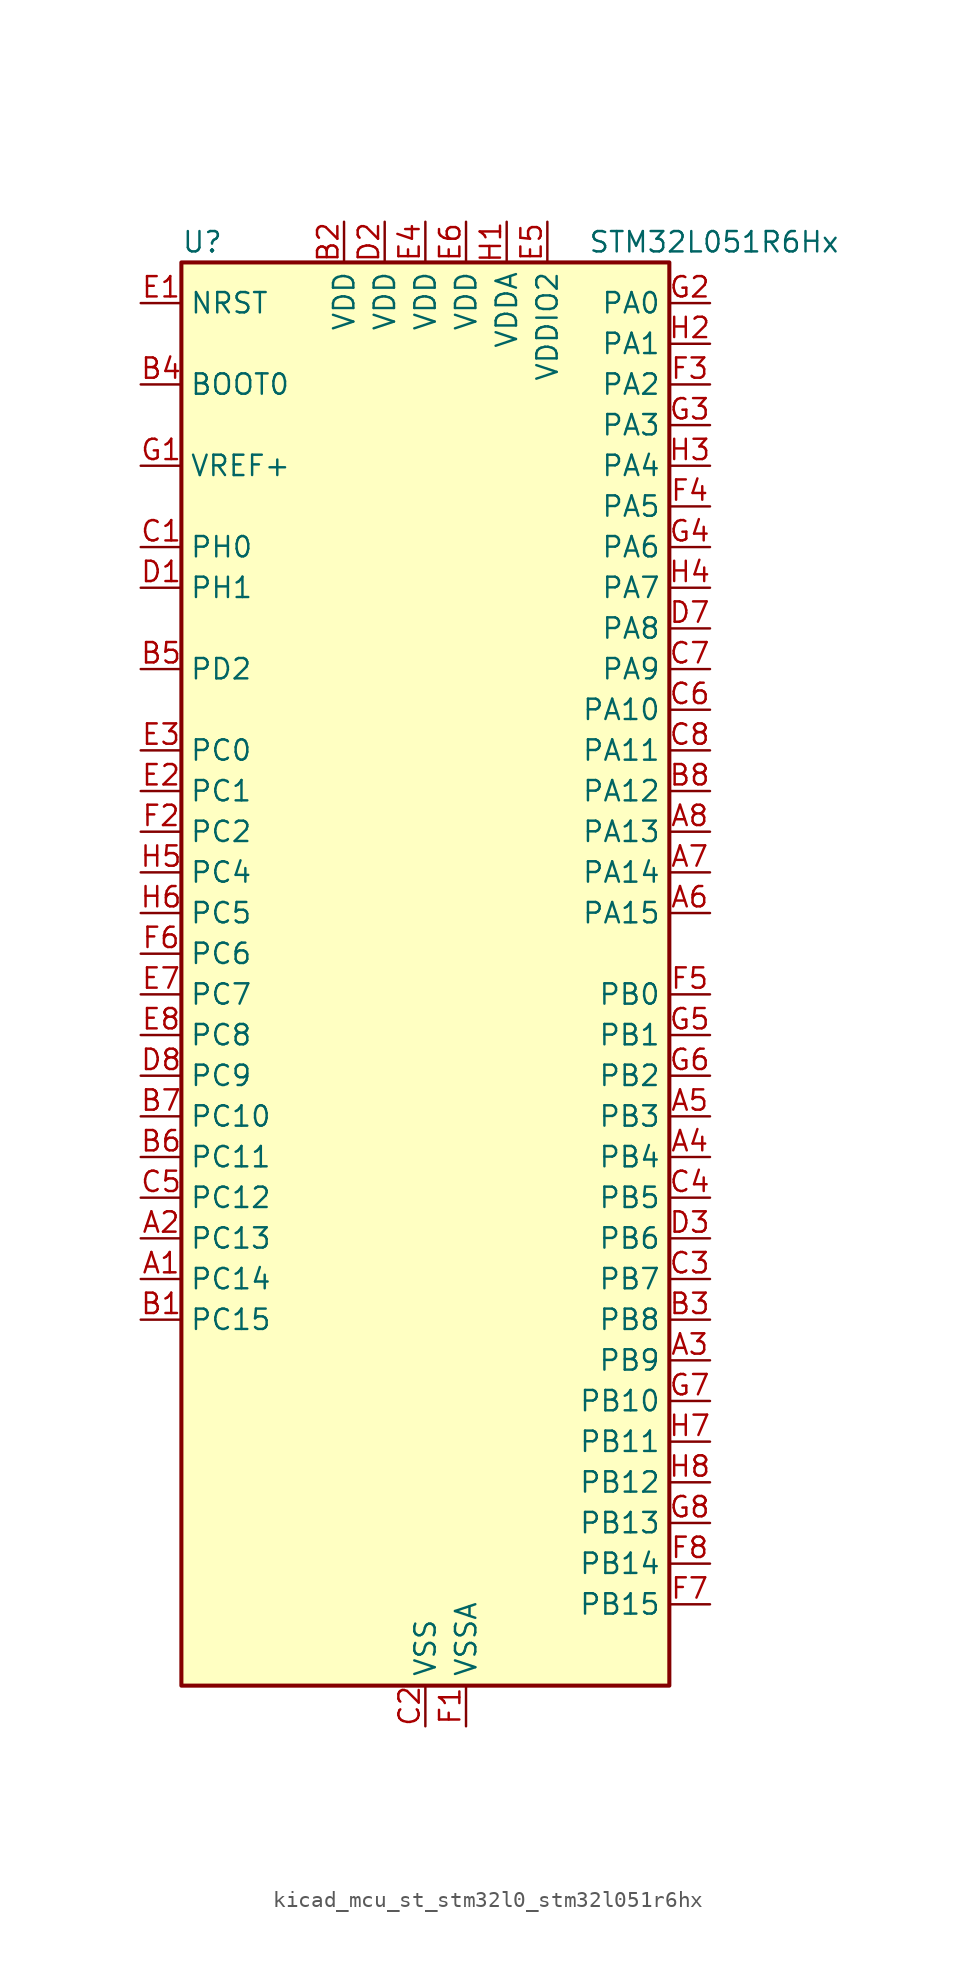
<source format=kicad_sym>
(kicad_symbol_lib
  (version 20220914)
  (generator kicad_symbol_editor)
  (symbol "kicad_mcu_st_stm32l0_stm32l051r6hx"
    (property "Reference" "U"
      (at -15.24 46.99 0)
      (effects (font (size 1.27 1.27)) (justify left)))
    (property "Value" "STM32L051R6Hx"
      (at 10.16 46.99 0)
      (effects (font (size 1.27 1.27)) (justify left)))
    (property "ki_locked" ""
      (at 0 0 0)
      (effects (font (size 1.27 1.27))))
    (symbol "kicad_mcu_st_stm32l0_stm32l051r6hx_0_1"
      (rectangle (start -15.24 -43.18) (end 15.24 45.72) (stroke (width 0.254) (type default)) (fill (type background))))
    (symbol "kicad_mcu_st_stm32l0_stm32l051r6hx_1_1"
      (pin bidirectional line (at -17.78 -17.78 0) (length 2.54) (name "PC14" (effects (font (size 1.27 1.27)))) (number "A1" (effects (font (size 1.27 1.27)))) (alternate "RCC_OSC32_IN" bidirectional line))
      (pin bidirectional line (at -17.78 -15.24 0) (length 2.54) (name "PC13" (effects (font (size 1.27 1.27)))) (number "A2" (effects (font (size 1.27 1.27)))) (alternate "RTC_OUT_ALARM" bidirectional line) (alternate "RTC_OUT_CALIB" bidirectional line) (alternate "RTC_TAMP1" bidirectional line) (alternate "RTC_TS" bidirectional line) (alternate "SYS_WKUP2" bidirectional line))
      (pin bidirectional line (at 17.78 -22.86 180) (length 2.54) (name "PB9" (effects (font (size 1.27 1.27)))) (number "A3" (effects (font (size 1.27 1.27)))) (alternate "I2C1_SDA" bidirectional line) (alternate "I2S2_WS" bidirectional line) (alternate "SPI2_NSS" bidirectional line))
      (pin bidirectional line (at 17.78 -10.16 180) (length 2.54) (name "PB4" (effects (font (size 1.27 1.27)))) (number "A4" (effects (font (size 1.27 1.27)))) (alternate "COMP2_INP" bidirectional line) (alternate "SPI1_MISO" bidirectional line) (alternate "TIM22_CH1" bidirectional line))
      (pin bidirectional line (at 17.78 -7.62 180) (length 2.54) (name "PB3" (effects (font (size 1.27 1.27)))) (number "A5" (effects (font (size 1.27 1.27)))) (alternate "COMP2_INM" bidirectional line) (alternate "SPI1_SCK" bidirectional line) (alternate "TIM2_CH2" bidirectional line))
      (pin bidirectional line (at 17.78 5.08 180) (length 2.54) (name "PA15" (effects (font (size 1.27 1.27)))) (number "A6" (effects (font (size 1.27 1.27)))) (alternate "SPI1_NSS" bidirectional line) (alternate "TIM2_CH1" bidirectional line) (alternate "TIM2_ETR" bidirectional line) (alternate "USART2_RX" bidirectional line))
      (pin bidirectional line (at 17.78 7.62 180) (length 2.54) (name "PA14" (effects (font (size 1.27 1.27)))) (number "A7" (effects (font (size 1.27 1.27)))) (alternate "SYS_SWCLK" bidirectional line) (alternate "USART2_TX" bidirectional line))
      (pin bidirectional line (at 17.78 10.16 180) (length 2.54) (name "PA13" (effects (font (size 1.27 1.27)))) (number "A8" (effects (font (size 1.27 1.27)))) (alternate "SYS_SWDIO" bidirectional line))
      (pin bidirectional line (at -17.78 -20.32 0) (length 2.54) (name "PC15" (effects (font (size 1.27 1.27)))) (number "B1" (effects (font (size 1.27 1.27)))) (alternate "RCC_OSC32_OUT" bidirectional line))
      (pin power_in line (at -5.08 48.26 270) (length 2.54) (name "VDD" (effects (font (size 1.27 1.27)))) (number "B2" (effects (font (size 1.27 1.27)))))
      (pin bidirectional line (at 17.78 -20.32 180) (length 2.54) (name "PB8" (effects (font (size 1.27 1.27)))) (number "B3" (effects (font (size 1.27 1.27)))) (alternate "I2C1_SCL" bidirectional line))
      (pin input line (at -17.78 38.1 0) (length 2.54) (name "BOOT0" (effects (font (size 1.27 1.27)))) (number "B4" (effects (font (size 1.27 1.27)))))
      (pin bidirectional line (at -17.78 20.32 0) (length 2.54) (name "PD2" (effects (font (size 1.27 1.27)))) (number "B5" (effects (font (size 1.27 1.27)))) (alternate "LPUART1_DE" bidirectional line) (alternate "LPUART1_RTS" bidirectional line))
      (pin bidirectional line (at -17.78 -10.16 0) (length 2.54) (name "PC11" (effects (font (size 1.27 1.27)))) (number "B6" (effects (font (size 1.27 1.27)))) (alternate "ADC_EXTI11" bidirectional line) (alternate "LPUART1_RX" bidirectional line))
      (pin bidirectional line (at -17.78 -7.62 0) (length 2.54) (name "PC10" (effects (font (size 1.27 1.27)))) (number "B7" (effects (font (size 1.27 1.27)))) (alternate "LPUART1_TX" bidirectional line))
      (pin bidirectional line (at 17.78 12.7 180) (length 2.54) (name "PA12" (effects (font (size 1.27 1.27)))) (number "B8" (effects (font (size 1.27 1.27)))) (alternate "COMP2_OUT" bidirectional line) (alternate "SPI1_MOSI" bidirectional line) (alternate "USART1_DE" bidirectional line) (alternate "USART1_RTS" bidirectional line))
      (pin bidirectional line (at -17.78 27.94 0) (length 2.54) (name "PH0" (effects (font (size 1.27 1.27)))) (number "C1" (effects (font (size 1.27 1.27)))) (alternate "RCC_OSC_IN" bidirectional line))
      (pin power_in line (at 0 -45.72 90) (length 2.54) (name "VSS" (effects (font (size 1.27 1.27)))) (number "C2" (effects (font (size 1.27 1.27)))))
      (pin bidirectional line (at 17.78 -17.78 180) (length 2.54) (name "PB7" (effects (font (size 1.27 1.27)))) (number "C3" (effects (font (size 1.27 1.27)))) (alternate "COMP2_INP" bidirectional line) (alternate "I2C1_SDA" bidirectional line) (alternate "LPTIM1_IN2" bidirectional line) (alternate "SYS_PVD_IN" bidirectional line) (alternate "USART1_RX" bidirectional line))
      (pin bidirectional line (at 17.78 -12.7 180) (length 2.54) (name "PB5" (effects (font (size 1.27 1.27)))) (number "C4" (effects (font (size 1.27 1.27)))) (alternate "COMP2_INP" bidirectional line) (alternate "I2C1_SMBA" bidirectional line) (alternate "LPTIM1_IN1" bidirectional line) (alternate "SPI1_MOSI" bidirectional line) (alternate "TIM22_CH2" bidirectional line))
      (pin bidirectional line (at -17.78 -12.7 0) (length 2.54) (name "PC12" (effects (font (size 1.27 1.27)))) (number "C5" (effects (font (size 1.27 1.27)))))
      (pin bidirectional line (at 17.78 17.78 180) (length 2.54) (name "PA10" (effects (font (size 1.27 1.27)))) (number "C6" (effects (font (size 1.27 1.27)))) (alternate "USART1_RX" bidirectional line))
      (pin bidirectional line (at 17.78 20.32 180) (length 2.54) (name "PA9" (effects (font (size 1.27 1.27)))) (number "C7" (effects (font (size 1.27 1.27)))) (alternate "RCC_MCO" bidirectional line) (alternate "USART1_TX" bidirectional line))
      (pin bidirectional line (at 17.78 15.24 180) (length 2.54) (name "PA11" (effects (font (size 1.27 1.27)))) (number "C8" (effects (font (size 1.27 1.27)))) (alternate "ADC_EXTI11" bidirectional line) (alternate "COMP1_OUT" bidirectional line) (alternate "SPI1_MISO" bidirectional line) (alternate "USART1_CTS" bidirectional line))
      (pin bidirectional line (at -17.78 25.4 0) (length 2.54) (name "PH1" (effects (font (size 1.27 1.27)))) (number "D1" (effects (font (size 1.27 1.27)))) (alternate "RCC_OSC_OUT" bidirectional line))
      (pin power_in line (at -2.54 48.26 270) (length 2.54) (name "VDD" (effects (font (size 1.27 1.27)))) (number "D2" (effects (font (size 1.27 1.27)))))
      (pin bidirectional line (at 17.78 -15.24 180) (length 2.54) (name "PB6" (effects (font (size 1.27 1.27)))) (number "D3" (effects (font (size 1.27 1.27)))) (alternate "COMP2_INP" bidirectional line) (alternate "I2C1_SCL" bidirectional line) (alternate "LPTIM1_ETR" bidirectional line) (alternate "USART1_TX" bidirectional line))
      (pin passive line (at 0 -45.72 90) (length 2.54) hide (name "VSS" (effects (font (size 1.27 1.27)))) (number "D4" (effects (font (size 1.27 1.27)))))
      (pin passive line (at 0 -45.72 90) (length 2.54) hide (name "VSS" (effects (font (size 1.27 1.27)))) (number "D5" (effects (font (size 1.27 1.27)))))
      (pin passive line (at 0 -45.72 90) (length 2.54) hide (name "VSS" (effects (font (size 1.27 1.27)))) (number "D6" (effects (font (size 1.27 1.27)))))
      (pin bidirectional line (at 17.78 22.86 180) (length 2.54) (name "PA8" (effects (font (size 1.27 1.27)))) (number "D7" (effects (font (size 1.27 1.27)))) (alternate "RCC_MCO" bidirectional line) (alternate "USART1_CK" bidirectional line))
      (pin bidirectional line (at -17.78 -5.08 0) (length 2.54) (name "PC9" (effects (font (size 1.27 1.27)))) (number "D8" (effects (font (size 1.27 1.27)))) (alternate "TIM21_ETR" bidirectional line))
      (pin input line (at -17.78 43.18 0) (length 2.54) (name "NRST" (effects (font (size 1.27 1.27)))) (number "E1" (effects (font (size 1.27 1.27)))))
      (pin bidirectional line (at -17.78 12.7 0) (length 2.54) (name "PC1" (effects (font (size 1.27 1.27)))) (number "E2" (effects (font (size 1.27 1.27)))) (alternate "ADC_IN11" bidirectional line) (alternate "LPTIM1_OUT" bidirectional line))
      (pin bidirectional line (at -17.78 15.24 0) (length 2.54) (name "PC0" (effects (font (size 1.27 1.27)))) (number "E3" (effects (font (size 1.27 1.27)))) (alternate "ADC_IN10" bidirectional line) (alternate "LPTIM1_IN1" bidirectional line))
      (pin power_in line (at 0 48.26 270) (length 2.54) (name "VDD" (effects (font (size 1.27 1.27)))) (number "E4" (effects (font (size 1.27 1.27)))))
      (pin power_in line (at 7.62 48.26 270) (length 2.54) (name "VDDIO2" (effects (font (size 1.27 1.27)))) (number "E5" (effects (font (size 1.27 1.27)))))
      (pin power_in line (at 2.54 48.26 270) (length 2.54) (name "VDD" (effects (font (size 1.27 1.27)))) (number "E6" (effects (font (size 1.27 1.27)))))
      (pin bidirectional line (at -17.78 0 0) (length 2.54) (name "PC7" (effects (font (size 1.27 1.27)))) (number "E7" (effects (font (size 1.27 1.27)))) (alternate "TIM22_CH2" bidirectional line))
      (pin bidirectional line (at -17.78 -2.54 0) (length 2.54) (name "PC8" (effects (font (size 1.27 1.27)))) (number "E8" (effects (font (size 1.27 1.27)))) (alternate "TIM22_ETR" bidirectional line))
      (pin power_in line (at 2.54 -45.72 90) (length 2.54) (name "VSSA" (effects (font (size 1.27 1.27)))) (number "F1" (effects (font (size 1.27 1.27)))))
      (pin bidirectional line (at -17.78 10.16 0) (length 2.54) (name "PC2" (effects (font (size 1.27 1.27)))) (number "F2" (effects (font (size 1.27 1.27)))) (alternate "ADC_IN12" bidirectional line) (alternate "I2S2_MCK" bidirectional line) (alternate "LPTIM1_IN2" bidirectional line) (alternate "SPI2_MISO" bidirectional line))
      (pin bidirectional line (at 17.78 38.1 180) (length 2.54) (name "PA2" (effects (font (size 1.27 1.27)))) (number "F3" (effects (font (size 1.27 1.27)))) (alternate "ADC_IN2" bidirectional line) (alternate "COMP2_INM" bidirectional line) (alternate "COMP2_OUT" bidirectional line) (alternate "TIM21_CH1" bidirectional line) (alternate "TIM2_CH3" bidirectional line) (alternate "USART2_TX" bidirectional line))
      (pin bidirectional line (at 17.78 30.48 180) (length 2.54) (name "PA5" (effects (font (size 1.27 1.27)))) (number "F4" (effects (font (size 1.27 1.27)))) (alternate "ADC_IN5" bidirectional line) (alternate "COMP1_INM" bidirectional line) (alternate "COMP2_INM" bidirectional line) (alternate "SPI1_SCK" bidirectional line) (alternate "TIM2_CH1" bidirectional line) (alternate "TIM2_ETR" bidirectional line))
      (pin bidirectional line (at 17.78 0 180) (length 2.54) (name "PB0" (effects (font (size 1.27 1.27)))) (number "F5" (effects (font (size 1.27 1.27)))) (alternate "ADC_IN8" bidirectional line) (alternate "SYS_VREF_OUT_PB0" bidirectional line))
      (pin bidirectional line (at -17.78 2.54 0) (length 2.54) (name "PC6" (effects (font (size 1.27 1.27)))) (number "F6" (effects (font (size 1.27 1.27)))) (alternate "TIM22_CH1" bidirectional line))
      (pin bidirectional line (at 17.78 -38.1 180) (length 2.54) (name "PB15" (effects (font (size 1.27 1.27)))) (number "F7" (effects (font (size 1.27 1.27)))) (alternate "I2S2_SD" bidirectional line) (alternate "RTC_REFIN" bidirectional line) (alternate "SPI2_MOSI" bidirectional line))
      (pin bidirectional line (at 17.78 -35.56 180) (length 2.54) (name "PB14" (effects (font (size 1.27 1.27)))) (number "F8" (effects (font (size 1.27 1.27)))) (alternate "I2C2_SDA" bidirectional line) (alternate "I2S2_MCK" bidirectional line) (alternate "LPUART1_DE" bidirectional line) (alternate "LPUART1_RTS" bidirectional line) (alternate "RTC_OUT_ALARM" bidirectional line) (alternate "RTC_OUT_CALIB" bidirectional line) (alternate "SPI2_MISO" bidirectional line) (alternate "TIM21_CH2" bidirectional line))
      (pin input line (at -17.78 33.02 0) (length 2.54) (name "VREF+" (effects (font (size 1.27 1.27)))) (number "G1" (effects (font (size 1.27 1.27)))))
      (pin bidirectional line (at 17.78 43.18 180) (length 2.54) (name "PA0" (effects (font (size 1.27 1.27)))) (number "G2" (effects (font (size 1.27 1.27)))) (alternate "ADC_IN0" bidirectional line) (alternate "COMP1_INM" bidirectional line) (alternate "COMP1_OUT" bidirectional line) (alternate "RTC_TAMP2" bidirectional line) (alternate "SYS_WKUP1" bidirectional line) (alternate "TIM2_CH1" bidirectional line) (alternate "TIM2_ETR" bidirectional line) (alternate "USART2_CTS" bidirectional line))
      (pin bidirectional line (at 17.78 35.56 180) (length 2.54) (name "PA3" (effects (font (size 1.27 1.27)))) (number "G3" (effects (font (size 1.27 1.27)))) (alternate "ADC_IN3" bidirectional line) (alternate "COMP2_INP" bidirectional line) (alternate "TIM21_CH2" bidirectional line) (alternate "TIM2_CH4" bidirectional line) (alternate "USART2_RX" bidirectional line))
      (pin bidirectional line (at 17.78 27.94 180) (length 2.54) (name "PA6" (effects (font (size 1.27 1.27)))) (number "G4" (effects (font (size 1.27 1.27)))) (alternate "ADC_IN6" bidirectional line) (alternate "COMP1_OUT" bidirectional line) (alternate "LPUART1_CTS" bidirectional line) (alternate "SPI1_MISO" bidirectional line) (alternate "TIM22_CH1" bidirectional line))
      (pin bidirectional line (at 17.78 -2.54 180) (length 2.54) (name "PB1" (effects (font (size 1.27 1.27)))) (number "G5" (effects (font (size 1.27 1.27)))) (alternate "ADC_IN9" bidirectional line) (alternate "LPUART1_DE" bidirectional line) (alternate "LPUART1_RTS" bidirectional line) (alternate "SYS_VREF_OUT_PB1" bidirectional line))
      (pin bidirectional line (at 17.78 -5.08 180) (length 2.54) (name "PB2" (effects (font (size 1.27 1.27)))) (number "G6" (effects (font (size 1.27 1.27)))) (alternate "LPTIM1_OUT" bidirectional line))
      (pin bidirectional line (at 17.78 -25.4 180) (length 2.54) (name "PB10" (effects (font (size 1.27 1.27)))) (number "G7" (effects (font (size 1.27 1.27)))) (alternate "I2C2_SCL" bidirectional line) (alternate "LPUART1_TX" bidirectional line) (alternate "SPI2_SCK" bidirectional line) (alternate "TIM2_CH3" bidirectional line))
      (pin bidirectional line (at 17.78 -33.02 180) (length 2.54) (name "PB13" (effects (font (size 1.27 1.27)))) (number "G8" (effects (font (size 1.27 1.27)))) (alternate "I2C2_SCL" bidirectional line) (alternate "I2S2_CK" bidirectional line) (alternate "LPUART1_CTS" bidirectional line) (alternate "SPI2_SCK" bidirectional line) (alternate "TIM21_CH1" bidirectional line))
      (pin power_in line (at 5.08 48.26 270) (length 2.54) (name "VDDA" (effects (font (size 1.27 1.27)))) (number "H1" (effects (font (size 1.27 1.27)))))
      (pin bidirectional line (at 17.78 40.64 180) (length 2.54) (name "PA1" (effects (font (size 1.27 1.27)))) (number "H2" (effects (font (size 1.27 1.27)))) (alternate "ADC_IN1" bidirectional line) (alternate "COMP1_INP" bidirectional line) (alternate "TIM21_ETR" bidirectional line) (alternate "TIM2_CH2" bidirectional line) (alternate "USART2_DE" bidirectional line) (alternate "USART2_RTS" bidirectional line))
      (pin bidirectional line (at 17.78 33.02 180) (length 2.54) (name "PA4" (effects (font (size 1.27 1.27)))) (number "H3" (effects (font (size 1.27 1.27)))) (alternate "ADC_IN4" bidirectional line) (alternate "COMP1_INM" bidirectional line) (alternate "COMP2_INM" bidirectional line) (alternate "SPI1_NSS" bidirectional line) (alternate "TIM22_ETR" bidirectional line) (alternate "USART2_CK" bidirectional line))
      (pin bidirectional line (at 17.78 25.4 180) (length 2.54) (name "PA7" (effects (font (size 1.27 1.27)))) (number "H4" (effects (font (size 1.27 1.27)))) (alternate "ADC_IN7" bidirectional line) (alternate "COMP2_OUT" bidirectional line) (alternate "SPI1_MOSI" bidirectional line) (alternate "TIM22_CH2" bidirectional line))
      (pin bidirectional line (at -17.78 7.62 0) (length 2.54) (name "PC4" (effects (font (size 1.27 1.27)))) (number "H5" (effects (font (size 1.27 1.27)))) (alternate "ADC_IN14" bidirectional line) (alternate "LPUART1_TX" bidirectional line))
      (pin bidirectional line (at -17.78 5.08 0) (length 2.54) (name "PC5" (effects (font (size 1.27 1.27)))) (number "H6" (effects (font (size 1.27 1.27)))) (alternate "ADC_IN15" bidirectional line) (alternate "LPUART1_RX" bidirectional line))
      (pin bidirectional line (at 17.78 -27.94 180) (length 2.54) (name "PB11" (effects (font (size 1.27 1.27)))) (number "H7" (effects (font (size 1.27 1.27)))) (alternate "ADC_EXTI11" bidirectional line) (alternate "I2C2_SDA" bidirectional line) (alternate "LPUART1_RX" bidirectional line) (alternate "TIM2_CH4" bidirectional line))
      (pin bidirectional line (at 17.78 -30.48 180) (length 2.54) (name "PB12" (effects (font (size 1.27 1.27)))) (number "H8" (effects (font (size 1.27 1.27)))) (alternate "I2S2_WS" bidirectional line) (alternate "LPUART1_DE" bidirectional line) (alternate "LPUART1_RTS" bidirectional line) (alternate "SPI2_NSS" bidirectional line)))))
</source>
